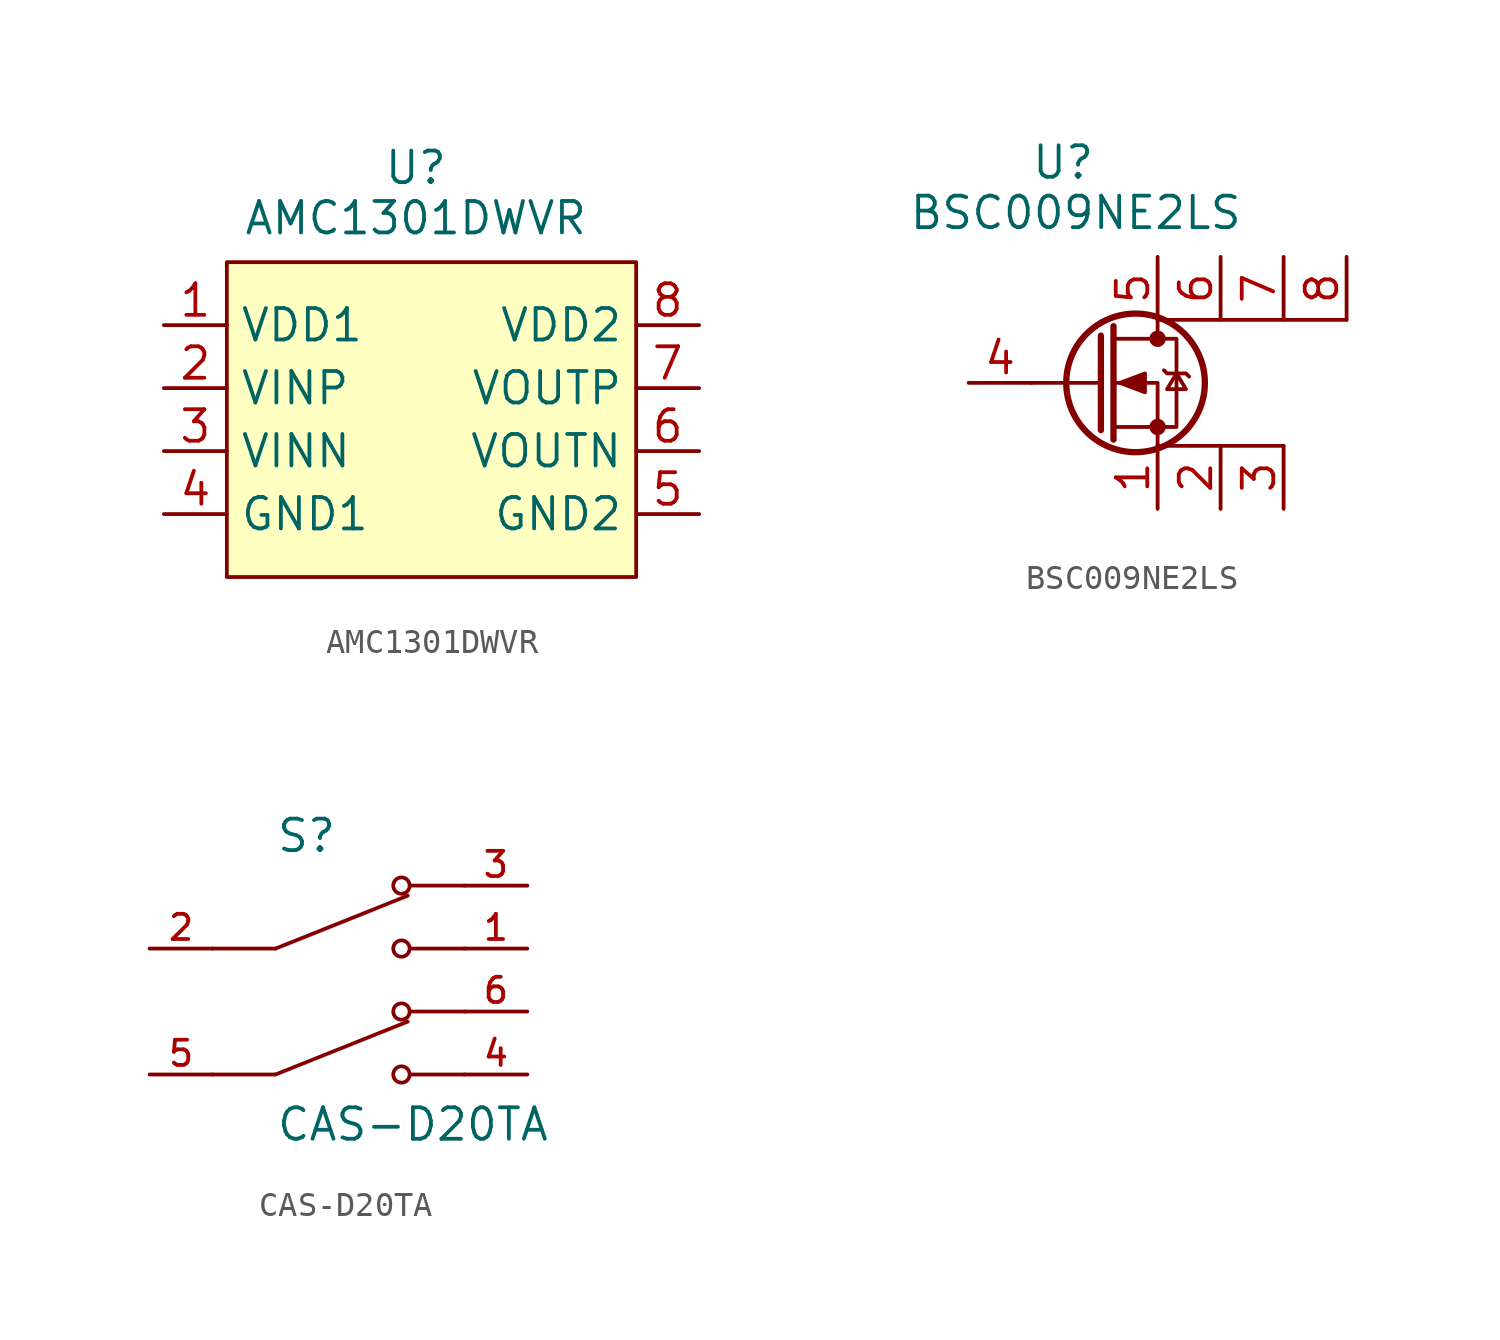
<source format=kicad_sym>
(kicad_symbol_lib
  (version 20241209)
  (generator "kicad_symbol_editor")
  (generator_version "9.0")
  (symbol "AMC1301DWVR"
    (property "Reference" "U"
      (at 0 0 0)
      (effects (font (size 1.27 1.27))))
    (property "Value" "AMC1301DWVR"
      (at 0 -2.032 0)
      (effects (font (size 1.27 1.27))))
    (symbol "AMC1301DWVR_1_0"
      (pin bidirectional line (at -10.16 -8.89 0) (length 2.54) (name "VINP" (effects (font (size 1.27 1.27)))) (number "2" (effects (font (size 1.27 1.27)))))
      (pin bidirectional line (at -10.16 -11.43 0) (length 2.54) (name "VINN" (effects (font (size 1.27 1.27)))) (number "3" (effects (font (size 1.27 1.27)))))
      (pin bidirectional line (at -10.16 -13.97 0) (length 2.54) (name "GND1" (effects (font (size 1.27 1.27)))) (number "4" (effects (font (size 1.27 1.27)))))
      (pin bidirectional line (at 11.43 -6.35 180) (length 2.54) (name "VDD2" (effects (font (size 1.27 1.27)))) (number "8" (effects (font (size 1.27 1.27)))))
      (pin bidirectional line (at 11.43 -8.89 180) (length 2.54) (name "VOUTP" (effects (font (size 1.27 1.27)))) (number "7" (effects (font (size 1.27 1.27)))))
      (pin bidirectional line (at 11.43 -11.43 180) (length 2.54) (name "VOUTN" (effects (font (size 1.27 1.27)))) (number "6" (effects (font (size 1.27 1.27)))))
      (pin bidirectional line (at 11.43 -13.97 180) (length 2.54) (name "GND2" (effects (font (size 1.27 1.27)))) (number "5" (effects (font (size 1.27 1.27))))))
    (symbol "AMC1301DWVR_1_1"
      (rectangle (start -7.62 -3.81) (end 8.89 -16.51) (stroke (width 0) (type solid)) (fill (type background)))
      (pin bidirectional line (at -10.16 -6.35 0) (length 2.54) (name "VDD1" (effects (font (size 1.27 1.27)))) (number "1" (effects (font (size 1.27 1.27)))))))
  (symbol "BSC009NE2LS"
    (property "Reference" "U"
      (at 0 1.27 0)
      (effects (font (size 1.27 1.27))))
    (property "Value" "BSC009NE2LS"
      (at 0.508 -0.762 0)
      (effects (font (size 1.27 1.27))))
    (symbol "BSC009NE2LS_0_1"
      (polyline (pts (xy 1.524 -5.715) (xy 1.524 -9.525)) (stroke (width 0.254) (type default)) (fill (type none)))
      (polyline (pts (xy 1.524 -7.62) (xy -1.27 -7.62)) (stroke (width 0) (type default)) (fill (type none)))
      (polyline (pts (xy 2.032 -5.334) (xy 2.032 -9.906)) (stroke (width 0.254) (type default)) (fill (type none)))
      (polyline (pts (xy 2.032 -9.398) (xy 4.572 -9.398) (xy 4.572 -5.842) (xy 2.032 -5.842)) (stroke (width 0) (type default)) (fill (type none)))
      (polyline (pts (xy 2.286 -7.62) (xy 3.302 -7.239) (xy 3.302 -8.001) (xy 2.286 -7.62)) (stroke (width 0) (type default)) (fill (type outline)))
      (circle (center 2.921 -7.62) (radius 2.794) (stroke (width 0.254) (type default)) (fill (type none)))
      (polyline (pts (xy 3.81 -5.08) (xy 3.81 -5.842)) (stroke (width 0) (type default)) (fill (type none)))
      (circle (center 3.81 -5.842) (radius 0.254) (stroke (width 0) (type default)) (fill (type outline)))
      (circle (center 3.81 -9.398) (radius 0.254) (stroke (width 0) (type default)) (fill (type outline)))
      (polyline (pts (xy 3.81 -10.16) (xy 3.81 -7.62) (xy 2.032 -7.62)) (stroke (width 0) (type default)) (fill (type none)))
      (polyline (pts (xy 4.064 -7.112) (xy 4.191 -7.239) (xy 4.953 -7.239) (xy 5.08 -7.366)) (stroke (width 0) (type default)) (fill (type none)))
      (polyline (pts (xy 4.572 -7.239) (xy 4.191 -7.874) (xy 4.953 -7.874) (xy 4.572 -7.239)) (stroke (width 0) (type default)) (fill (type none)))
      (polyline (pts (xy 8.89 -10.16) (xy 3.81 -10.16)) (stroke (width 0) (type default)) (fill (type none)))
      (polyline (pts (xy 11.43 -5.08) (xy 3.81 -5.08)) (stroke (width 0) (type default)) (fill (type none))))
    (symbol "BSC009NE2LS_1_1"
      (pin input line (at -3.81 -7.62 0) (length 2.54) (name "" (effects (font (size 1.27 1.27)))) (number "4" (effects (font (size 1.27 1.27)))))
      (pin passive line (at 3.81 -2.54 270) (length 2.54) (name "" (effects (font (size 1.27 1.27)))) (number "5" (effects (font (size 1.27 1.27)))))
      (pin passive line (at 3.81 -12.7 90) (length 2.54) (name "" (effects (font (size 1.27 1.27)))) (number "1" (effects (font (size 1.27 1.27)))))
      (pin passive line (at 6.35 -2.54 270) (length 2.54) (name "" (effects (font (size 1.27 1.27)))) (number "6" (effects (font (size 1.27 1.27)))))
      (pin passive line (at 6.35 -12.7 90) (length 2.54) (name "" (effects (font (size 1.27 1.27)))) (number "2" (effects (font (size 1.27 1.27)))))
      (pin passive line (at 8.89 -2.54 270) (length 2.54) (name "" (effects (font (size 1.27 1.27)))) (number "7" (effects (font (size 1.27 1.27)))))
      (pin passive line (at 8.89 -12.7 90) (length 2.54) (name "" (effects (font (size 1.27 1.27)))) (number "3" (effects (font (size 1.27 1.27)))))
      (pin passive line (at 11.43 -2.54 270) (length 2.54) (name "" (effects (font (size 1.27 1.27)))) (number "8" (effects (font (size 1.27 1.27)))))))
  (symbol "CAS-D20TA"
    (pin_names
      (offset 1.016))
    (property "Reference" "S"
      (at -2.54 6.35 0)
      (effects (font (size 1.27 1.27)) (justify left bottom)))
    (property "Value" "CAS-D20TA"
      (at -2.54 -3.81 0)
      (effects (font (size 1.27 1.27)) (justify left top)))
    (symbol "CAS-D20TA_0_0"
      (polyline (pts (xy -2.54 2.54) (xy -5.08 2.54)) (stroke (width 0.152) (type default)) (fill (type none)))
      (polyline (pts (xy -2.54 2.54) (xy 2.794 4.674)) (stroke (width 0.152) (type default)) (fill (type none)))
      (polyline (pts (xy -2.54 -2.54) (xy -5.08 -2.54)) (stroke (width 0.152) (type default)) (fill (type none)))
      (polyline (pts (xy -2.54 -2.54) (xy 2.794 -0.406)) (stroke (width 0.152) (type default)) (fill (type none)))
      (circle (center 2.54 5.08) (radius 0.33) (stroke (width 0.152) (type default)) (fill (type none)))
      (circle (center 2.54 2.54) (radius 0.33) (stroke (width 0.152) (type default)) (fill (type none)))
      (circle (center 2.54 0) (radius 0.33) (stroke (width 0.152) (type default)) (fill (type none)))
      (circle (center 2.54 -2.54) (radius 0.33) (stroke (width 0.152) (type default)) (fill (type none)))
      (polyline (pts (xy 5.08 5.08) (xy 2.921 5.08)) (stroke (width 0.152) (type default)) (fill (type none)))
      (polyline (pts (xy 5.08 2.54) (xy 2.921 2.54)) (stroke (width 0.152) (type default)) (fill (type none)))
      (polyline (pts (xy 5.08 0) (xy 2.921 0)) (stroke (width 0.152) (type default)) (fill (type none)))
      (polyline (pts (xy 5.08 -2.54) (xy 2.921 -2.54)) (stroke (width 0.152) (type default)) (fill (type none)))
      (pin passive line (at -7.62 2.54 0) (length 2.54) (name "~" (effects (font (size 1.016 1.016)))) (number "2" (effects (font (size 1.016 1.016)))))
      (pin passive line (at -7.62 -2.54 0) (length 2.54) (name "~" (effects (font (size 1.016 1.016)))) (number "5" (effects (font (size 1.016 1.016)))))
      (pin passive line (at 7.62 5.08 180) (length 2.54) (name "~" (effects (font (size 1.016 1.016)))) (number "3" (effects (font (size 1.016 1.016)))))
      (pin passive line (at 7.62 2.54 180) (length 2.54) (name "~" (effects (font (size 1.016 1.016)))) (number "1" (effects (font (size 1.016 1.016)))))
      (pin passive line (at 7.62 0 180) (length 2.54) (name "~" (effects (font (size 1.016 1.016)))) (number "6" (effects (font (size 1.016 1.016)))))
      (pin passive line (at 7.62 -2.54 180) (length 2.54) (name "~" (effects (font (size 1.016 1.016)))) (number "4" (effects (font (size 1.016 1.016))))))))
</source>
